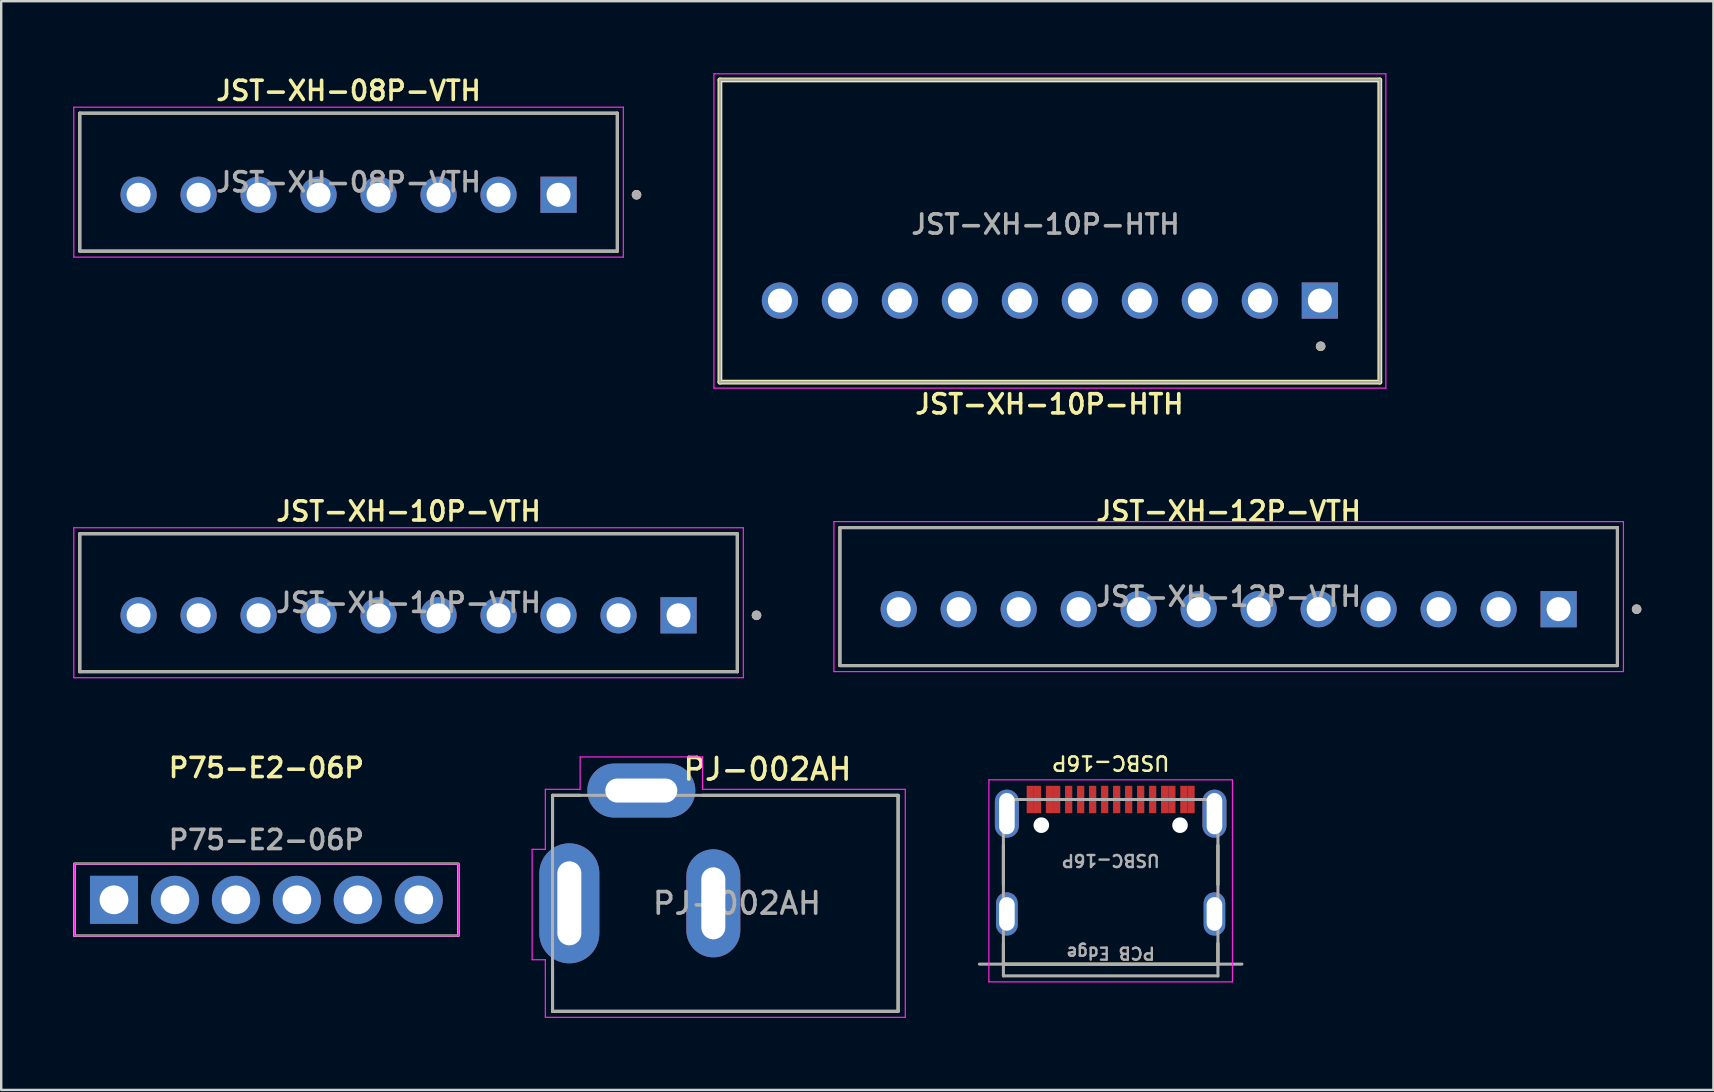
<source format=kicad_pcb>
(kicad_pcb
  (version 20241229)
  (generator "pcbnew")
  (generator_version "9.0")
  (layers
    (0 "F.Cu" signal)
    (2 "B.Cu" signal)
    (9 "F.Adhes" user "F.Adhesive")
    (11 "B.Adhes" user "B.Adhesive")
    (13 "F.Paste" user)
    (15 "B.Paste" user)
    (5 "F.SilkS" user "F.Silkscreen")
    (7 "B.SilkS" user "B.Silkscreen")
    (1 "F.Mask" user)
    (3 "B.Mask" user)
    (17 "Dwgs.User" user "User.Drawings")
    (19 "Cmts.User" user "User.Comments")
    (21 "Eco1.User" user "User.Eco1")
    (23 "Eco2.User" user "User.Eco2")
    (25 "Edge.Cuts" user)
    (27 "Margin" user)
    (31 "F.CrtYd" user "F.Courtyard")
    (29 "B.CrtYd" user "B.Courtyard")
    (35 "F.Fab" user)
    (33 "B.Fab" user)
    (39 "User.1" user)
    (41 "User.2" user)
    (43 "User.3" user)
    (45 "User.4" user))
  (footprint "P75-E2-06P"
    (layer "F.Cu")
    (at 8.05 34.447)
    (property "Reference" "P75-E2-06P" (at 0 -5.5 0) (unlocked yes) (layer "F.SilkS") (effects (font (size 0.8 0.8) (thickness 0.15))))
    (attr through_hole)
    (fp_rect (start -8 -1.5) (end 8 1.5) (stroke (width 0.1) (type default)) (fill no) (layer "F.SilkS"))
    (fp_rect (start -8 -1.5) (end 8 1.5) (stroke (width 0.05) (type default)) (fill no) (layer "F.CrtYd"))
    (fp_rect (start -8 -1.5) (end 8 1.5) (stroke (width 0.1) (type default)) (fill no) (layer "F.Fab"))
    (fp_text user "${REFERENCE}" (at 0 -2.5 0) (unlocked yes) (layer "F.Fab") (effects (font (size 0.8 0.8) (thickness 0.15))))
    (pad "1" thru_hole rect (at -6.35 0) (size 2 2) (drill 1.2) (layers "*.Cu" "*.Mask"))
    (pad "2" thru_hole circle (at -3.81 0) (size 2 2) (drill 1.2) (layers "*.Cu" "*.Mask"))
    (pad "3" thru_hole circle (at -1.27 0) (size 2 2) (drill 1.2) (layers "*.Cu" "*.Mask"))
    (pad "4" thru_hole circle (at 1.27 0) (size 2 2) (drill 1.2) (layers "*.Cu" "*.Mask"))
    (pad "5" thru_hole circle (at 3.81 0) (size 2 2) (drill 1.2) (layers "*.Cu" "*.Mask"))
    (pad "6" thru_hole circle (at 6.35 0) (size 2 2) (drill 1.2) (layers "*.Cu" "*.Mask")))
  (footprint "PJ-002AH"
    (layer "F.Cu")
    (at 20.675 34.593)
    (property "Reference" "PJ-002AH" (at 8.255 -5.588 0) (layer "F.SilkS") (effects (font (size 0.9 0.9) (thickness 0.15))))
    (attr through_hole)
    (fp_line (start -0.7 -4.5) (end 0.45 -4.5) (stroke (width 0.127) (type solid)) (layer "F.SilkS"))
    (fp_line (start -0.7 -2.55) (end -0.7 -4.5) (stroke (width 0.127) (type solid)) (layer "F.SilkS"))
    (fp_line (start -0.7 4.5) (end -0.7 2.65) (stroke (width 0.127) (type solid)) (layer "F.SilkS"))
    (fp_line (start 5.55 -4.5) (end 13.7 -4.5) (stroke (width 0.127) (type solid)) (layer "F.SilkS"))
    (fp_line (start 13.7 -4.5) (end 13.7 4.5) (stroke (width 0.127) (type solid)) (layer "F.SilkS"))
    (fp_line (start 13.7 4.5) (end -0.7 4.5) (stroke (width 0.127) (type solid)) (layer "F.SilkS"))
    (fp_line (start -1.55 -2.25) (end -1.55 2.35) (stroke (width 0.05) (type solid)) (layer "F.CrtYd"))
    (fp_line (start -1.55 2.35) (end -1 2.35) (stroke (width 0.05) (type solid)) (layer "F.CrtYd"))
    (fp_line (start -1 -4.75) (end 0.45 -4.75) (stroke (width 0.05) (type solid)) (layer "F.CrtYd"))
    (fp_line (start -1 -2.25) (end -1.55 -2.25) (stroke (width 0.05) (type solid)) (layer "F.CrtYd"))
    (fp_line (start -1 -2.25) (end -1 -4.75) (stroke (width 0.05) (type solid)) (layer "F.CrtYd"))
    (fp_line (start -1 4.75) (end -1 2.35) (stroke (width 0.05) (type solid)) (layer "F.CrtYd"))
    (fp_line (start 0.45 -6.1) (end 5.55 -6.1) (stroke (width 0.05) (type solid)) (layer "F.CrtYd"))
    (fp_line (start 0.45 -4.75) (end 0.45 -6.1) (stroke (width 0.05) (type solid)) (layer "F.CrtYd"))
    (fp_line (start 5.55 -6.1) (end 5.55 -4.75) (stroke (width 0.05) (type solid)) (layer "F.CrtYd"))
    (fp_line (start 5.55 -4.75) (end 14 -4.75) (stroke (width 0.05) (type solid)) (layer "F.CrtYd"))
    (fp_line (start 14 -4.75) (end 14 4.75) (stroke (width 0.05) (type solid)) (layer "F.CrtYd"))
    (fp_line (start 14 4.75) (end -1 4.75) (stroke (width 0.05) (type solid)) (layer "F.CrtYd"))
    (fp_line (start -0.7 -4.5) (end 13.7 -4.5) (stroke (width 0.127) (type solid)) (layer "F.Fab"))
    (fp_line (start -0.7 4.5) (end -0.7 -4.5) (stroke (width 0.127) (type solid)) (layer "F.Fab"))
    (fp_line (start 13.7 -4.5) (end 13.7 4.5) (stroke (width 0.127) (type solid)) (layer "F.Fab"))
    (fp_line (start 13.7 4.5) (end -0.7 4.5) (stroke (width 0.127) (type solid)) (layer "F.Fab"))
    (fp_text user "${REFERENCE}" (at 6.985 0 0) (unlocked yes) (layer "F.Fab") (effects (font (size 0.9 0.9) (thickness 0.15) (bold yes))))
    (pad "1" thru_hole oval (at 0 0) (size 2.5 5) (drill oval 1 3.5) (layers "*.Cu" "*.Mask"))
    (pad "2" thru_hole oval (at 6 0) (size 2.25 4.5) (drill oval 1 3) (layers "*.Cu" "*.Mask"))
    (pad "3" thru_hole oval (at 3 -4.7) (size 4.5 2.25) (drill oval 3 1) (layers "*.Cu" "*.Mask")))
  (footprint "JST-XH-08P-VTH"
    (layer "F.Cu")
    (at 11.475 4.541)
    (property "Reference" "JST-XH-08P-VTH" (at 0 -3.81 0) (layer "F.SilkS") (effects (font (size 0.8 0.8) (thickness 0.15))))
    (attr through_hole)
    (fp_line (start -11.2 -2.875) (end 11.2 -2.875) (stroke (width 0.127) (type solid)) (layer "F.SilkS"))
    (fp_line (start -11.2 2.875) (end -11.2 -2.875) (stroke (width 0.127) (type solid)) (layer "F.SilkS"))
    (fp_line (start 11.2 -2.875) (end 11.2 2.875) (stroke (width 0.127) (type solid)) (layer "F.SilkS"))
    (fp_line (start 11.2 2.875) (end -11.2 2.875) (stroke (width 0.127) (type solid)) (layer "F.SilkS"))
    (fp_circle (center 12 0.525) (end 12.1 0.525) (stroke (width 0.2) (type solid)) (fill no) (layer "F.SilkS"))
    (fp_line (start -11.45 -3.125) (end 11.45 -3.125) (stroke (width 0.05) (type solid)) (layer "F.CrtYd"))
    (fp_line (start -11.45 3.125) (end -11.45 -3.125) (stroke (width 0.05) (type solid)) (layer "F.CrtYd"))
    (fp_line (start 11.45 -3.125) (end 11.45 3.125) (stroke (width 0.05) (type solid)) (layer "F.CrtYd"))
    (fp_line (start 11.45 3.125) (end -11.45 3.125) (stroke (width 0.05) (type solid)) (layer "F.CrtYd"))
    (fp_line (start -11.2 -2.875) (end 11.2 -2.875) (stroke (width 0.127) (type solid)) (layer "F.Fab"))
    (fp_line (start -11.2 2.875) (end -11.2 -2.875) (stroke (width 0.127) (type solid)) (layer "F.Fab"))
    (fp_line (start 11.2 -2.875) (end 11.2 2.875) (stroke (width 0.127) (type solid)) (layer "F.Fab"))
    (fp_line (start 11.2 2.875) (end -11.2 2.875) (stroke (width 0.127) (type solid)) (layer "F.Fab"))
    (fp_circle (center 12 0.525) (end 12.1 0.525) (stroke (width 0.2) (type solid)) (fill no) (layer "F.Fab"))
    (fp_text user "${REFERENCE}" (at 0 0 0) (layer "F.Fab") (effects (font (size 0.8 0.8) (thickness 0.15) (bold yes))))
    (pad "1" thru_hole rect (at 8.75 0.525) (size 1.508 1.508) (drill 1) (layers "*.Cu" "*.Mask"))
    (pad "2" thru_hole circle (at 6.25 0.525) (size 1.508 1.508) (drill 1) (layers "*.Cu" "*.Mask"))
    (pad "3" thru_hole circle (at 3.75 0.525) (size 1.508 1.508) (drill 1) (layers "*.Cu" "*.Mask"))
    (pad "4" thru_hole circle (at 1.25 0.525) (size 1.508 1.508) (drill 1) (layers "*.Cu" "*.Mask"))
    (pad "5" thru_hole circle (at -1.25 0.525) (size 1.508 1.508) (drill 1) (layers "*.Cu" "*.Mask"))
    (pad "6" thru_hole circle (at -3.75 0.525) (size 1.508 1.508) (drill 1) (layers "*.Cu" "*.Mask"))
    (pad "7" thru_hole circle (at -6.25 0.525) (size 1.508 1.508) (drill 1) (layers "*.Cu" "*.Mask"))
    (pad "8" thru_hole circle (at -8.75 0.525) (size 1.508 1.508) (drill 1) (layers "*.Cu" "*.Mask")))
  (footprint "JST-XH-10P-HTH"
    (layer "F.Cu")
    (at 40.68 9.475)
    (property "Reference" "JST-XH-10P-HTH" (at 0 4.318 180) (layer "F.SilkS") (effects (font (size 0.8 0.8) (thickness 0.15))))
    (attr through_hole)
    (fp_line (start -13.73 -9.195) (end -13.73 3.4) (stroke (width 0.2) (type solid)) (layer "F.SilkS"))
    (fp_line (start -13.73 3.4) (end 13.77 3.4) (stroke (width 0.2) (type solid)) (layer "F.SilkS"))
    (fp_line (start 13.767 -9.195) (end -13.73 -9.195) (stroke (width 0.2) (type solid)) (layer "F.SilkS"))
    (fp_line (start 13.77 3.4) (end 13.767 -9.195) (stroke (width 0.2) (type solid)) (layer "F.SilkS"))
    (fp_circle (center 11.303 1.905) (end 11.203 1.905) (stroke (width 0.2) (type solid)) (fill no) (layer "F.SilkS"))
    (fp_line (start -13.98 -9.45) (end 14.02 -9.45) (stroke (width 0.05) (type solid)) (layer "F.CrtYd"))
    (fp_line (start -13.98 3.65) (end -13.98 -9.45) (stroke (width 0.05) (type solid)) (layer "F.CrtYd"))
    (fp_line (start 14.02 -9.45) (end 14.02 3.65) (stroke (width 0.05) (type solid)) (layer "F.CrtYd"))
    (fp_line (start 14.02 3.65) (end -13.98 3.65) (stroke (width 0.05) (type solid)) (layer "F.CrtYd"))
    (fp_line (start -13.73 -9.2) (end 13.77 -9.2) (stroke (width 0.1) (type solid)) (layer "F.Fab"))
    (fp_line (start -13.73 3.4) (end -13.73 -9.2) (stroke (width 0.1) (type solid)) (layer "F.Fab"))
    (fp_line (start 13.77 -9.2) (end 13.77 3.4) (stroke (width 0.1) (type solid)) (layer "F.Fab"))
    (fp_line (start 13.77 3.4) (end -13.73 3.4) (stroke (width 0.1) (type solid)) (layer "F.Fab"))
    (fp_circle (center 11.303 1.905) (end 11.203 1.905) (stroke (width 0.2) (type solid)) (fill no) (layer "F.Fab"))
    (fp_text user "${REFERENCE}" (at -0.16 -3.175 180) (layer "F.Fab") (effects (font (size 0.8 0.8) (thickness 0.15) (bold yes))))
    (pad "1" thru_hole rect (at 11.27 0 180) (size 1.508 1.508) (drill 1) (layers "*.Cu" "*.Mask"))
    (pad "2" thru_hole circle (at 8.77 0 180) (size 1.508 1.508) (drill 1) (layers "*.Cu" "*.Mask"))
    (pad "3" thru_hole circle (at 6.27 0 180) (size 1.508 1.508) (drill 1) (layers "*.Cu" "*.Mask"))
    (pad "4" thru_hole circle (at 3.77 0 180) (size 1.508 1.508) (drill 1) (layers "*.Cu" "*.Mask"))
    (pad "5" thru_hole circle (at 1.27 0 180) (size 1.508 1.508) (drill 1) (layers "*.Cu" "*.Mask"))
    (pad "6" thru_hole circle (at -1.23 0 180) (size 1.508 1.508) (drill 1) (layers "*.Cu" "*.Mask"))
    (pad "7" thru_hole circle (at -3.73 0 180) (size 1.508 1.508) (drill 1) (layers "*.Cu" "*.Mask"))
    (pad "8" thru_hole circle (at -6.23 0 180) (size 1.508 1.508) (drill 1) (layers "*.Cu" "*.Mask"))
    (pad "9" thru_hole circle (at -8.73 0 180) (size 1.508 1.508) (drill 1) (layers "*.Cu" "*.Mask"))
    (pad "10" thru_hole circle (at -11.23 0 180) (size 1.508 1.508) (drill 1) (layers "*.Cu" "*.Mask")))
  (footprint "JST-XH-12P-VTH"
    (layer "F.Cu")
    (at 48.15 21.811)
    (property "Reference" "JST-XH-12P-VTH" (at 0 -3.556 0) (layer "F.SilkS") (effects (font (size 0.8 0.8) (thickness 0.15))))
    (attr through_hole)
    (fp_line (start -16.2 -2.875) (end 16.2 -2.875) (stroke (width 0.127) (type solid)) (layer "F.SilkS"))
    (fp_line (start -16.2 2.875) (end -16.2 -2.875) (stroke (width 0.127) (type solid)) (layer "F.SilkS"))
    (fp_line (start 16.2 -2.875) (end 16.2 2.875) (stroke (width 0.127) (type solid)) (layer "F.SilkS"))
    (fp_line (start 16.2 2.875) (end -16.2 2.875) (stroke (width 0.127) (type solid)) (layer "F.SilkS"))
    (fp_circle (center 17 0.525) (end 17.1 0.525) (stroke (width 0.2) (type solid)) (fill no) (layer "F.SilkS"))
    (fp_line (start -16.45 -3.125) (end 16.45 -3.125) (stroke (width 0.05) (type solid)) (layer "F.CrtYd"))
    (fp_line (start -16.45 3.125) (end -16.45 -3.125) (stroke (width 0.05) (type solid)) (layer "F.CrtYd"))
    (fp_line (start 16.45 -3.125) (end 16.45 3.125) (stroke (width 0.05) (type solid)) (layer "F.CrtYd"))
    (fp_line (start 16.45 3.125) (end -16.45 3.125) (stroke (width 0.05) (type solid)) (layer "F.CrtYd"))
    (fp_line (start -16.2 -2.875) (end 16.2 -2.875) (stroke (width 0.127) (type solid)) (layer "F.Fab"))
    (fp_line (start -16.2 2.875) (end -16.2 -2.875) (stroke (width 0.127) (type solid)) (layer "F.Fab"))
    (fp_line (start 16.2 -2.875) (end 16.2 2.875) (stroke (width 0.127) (type solid)) (layer "F.Fab"))
    (fp_line (start 16.2 2.875) (end -16.2 2.875) (stroke (width 0.127) (type solid)) (layer "F.Fab"))
    (fp_circle (center 17 0.525) (end 17.1 0.525) (stroke (width 0.2) (type solid)) (fill no) (layer "F.Fab"))
    (fp_text user "${REFERENCE}" (at 0 0 0) (layer "F.Fab") (effects (font (size 0.8 0.8) (thickness 0.15) (bold yes))))
    (pad "1" thru_hole rect (at 13.75 0.525) (size 1.508 1.508) (drill 1) (layers "*.Cu" "*.Mask"))
    (pad "2" thru_hole circle (at 11.25 0.525) (size 1.508 1.508) (drill 1) (layers "*.Cu" "*.Mask"))
    (pad "3" thru_hole circle (at 8.75 0.525) (size 1.508 1.508) (drill 1) (layers "*.Cu" "*.Mask"))
    (pad "4" thru_hole circle (at 6.25 0.525) (size 1.508 1.508) (drill 1) (layers "*.Cu" "*.Mask"))
    (pad "5" thru_hole circle (at 3.75 0.525) (size 1.508 1.508) (drill 1) (layers "*.Cu" "*.Mask"))
    (pad "6" thru_hole circle (at 1.25 0.525) (size 1.508 1.508) (drill 1) (layers "*.Cu" "*.Mask"))
    (pad "7" thru_hole circle (at -1.25 0.525) (size 1.508 1.508) (drill 1) (layers "*.Cu" "*.Mask"))
    (pad "8" thru_hole circle (at -3.75 0.525) (size 1.508 1.508) (drill 1) (layers "*.Cu" "*.Mask"))
    (pad "9" thru_hole circle (at -6.25 0.525) (size 1.508 1.508) (drill 1) (layers "*.Cu" "*.Mask"))
    (pad "10" thru_hole circle (at -8.75 0.525) (size 1.508 1.508) (drill 1) (layers "*.Cu" "*.Mask"))
    (pad "11" thru_hole circle (at -11.25 0.525) (size 1.508 1.508) (drill 1) (layers "*.Cu" "*.Mask"))
    (pad "12" thru_hole circle (at -13.75 0.525) (size 1.508 1.508) (drill 1) (layers "*.Cu" "*.Mask")))
  (footprint "USBC-16P"
    (layer "F.Cu")
    (at 43.233 30.266)
    (property "Reference" "USBC-16P" (at 0 -1.524 180) (unlocked yes) (layer "F.SilkS") (effects (font (size 0.6 0.6) (thickness 0.1) (bold yes))))
    (attr smd)
    (fp_line (start -4.47 1.91) (end -4.47 3.55) (stroke (width 0.127) (type solid)) (layer "F.SilkS"))
    (fp_line (start -4.47 6.86) (end -4.47 6) (stroke (width 0.127) (type solid)) (layer "F.SilkS"))
    (fp_line (start -4.47 6.86) (end 4.47 6.86) (stroke (width 0.127) (type solid)) (layer "F.SilkS"))
    (fp_line (start 4.47 1.91) (end 4.47 3.55) (stroke (width 0.127) (type solid)) (layer "F.SilkS"))
    (fp_line (start 4.47 6.86) (end 4.47 6) (stroke (width 0.127) (type solid)) (layer "F.SilkS"))
    (fp_line (start -5.075 -0.82) (end -5.075 7.6) (stroke (width 0.05) (type solid)) (layer "F.CrtYd"))
    (fp_line (start -5.075 7.6) (end 5.075 7.6) (stroke (width 0.05) (type solid)) (layer "F.CrtYd"))
    (fp_line (start 5.075 -0.82) (end -5.075 -0.82) (stroke (width 0.05) (type solid)) (layer "F.CrtYd"))
    (fp_line (start 5.075 7.6) (end 5.075 -0.82) (stroke (width 0.05) (type solid)) (layer "F.CrtYd"))
    (fp_line (start -5.47 6.86) (end 5.47 6.86) (stroke (width 0.127) (type solid)) (layer "F.Fab"))
    (fp_line (start -4.47 0) (end -4.47 7.35) (stroke (width 0.127) (type solid)) (layer "F.Fab"))
    (fp_line (start -4.47 7.35) (end 4.47 7.35) (stroke (width 0.127) (type solid)) (layer "F.Fab"))
    (fp_line (start 4.47 0) (end -4.47 0) (stroke (width 0.127) (type solid)) (layer "F.Fab"))
    (fp_line (start 4.47 7.35) (end 4.47 0) (stroke (width 0.127) (type solid)) (layer "F.Fab"))
    (fp_text user "${REFERENCE}" (at 0 2.54 180) (unlocked yes) (layer "F.Fab") (effects (font (size 0.5 0.5) (thickness 0.1) (bold yes))))
    (fp_text user "PCB Edge" (at 0 6.4 180) (unlocked yes) (layer "F.Fab") (effects (font (size 0.5 0.5) (thickness 0.1) (bold yes))))
    (pad "" np_thru_hole circle (at -2.89 1.07) (size 0.65 0.65) (drill 0.65) (layers "*.Cu" "*.Mask"))
    (pad "" np_thru_hole circle (at 2.89 1.07) (size 0.65 0.65) (drill 0.65) (layers "*.Cu" "*.Mask"))
    (pad "A1" smd rect (at -3.35 0) (size 0.3 1.14) (layers "F.Cu" "F.Mask" "F.Paste"))
    (pad "A4" smd rect (at -2.55 0) (size 0.3 1.14) (layers "F.Cu" "F.Mask" "F.Paste"))
    (pad "A5" smd rect (at -1.25 0) (size 0.3 1.14) (layers "F.Cu" "F.Mask" "F.Paste"))
    (pad "A6" smd rect (at -0.25 0) (size 0.3 1.14) (layers "F.Cu" "F.Mask" "F.Paste"))
    (pad "A7" smd rect (at 0.25 0) (size 0.3 1.14) (layers "F.Cu" "F.Mask" "F.Paste"))
    (pad "A8" smd rect (at 1.25 0) (size 0.3 1.14) (layers "F.Cu" "F.Mask" "F.Paste"))
    (pad "A9" smd rect (at 2.55 0) (size 0.3 1.14) (layers "F.Cu" "F.Mask" "F.Paste"))
    (pad "A12" smd rect (at 3.35 0) (size 0.3 1.14) (layers "F.Cu" "F.Mask" "F.Paste"))
    (pad "B1" smd rect (at 3.05 0) (size 0.3 1.14) (layers "F.Cu" "F.Mask" "F.Paste"))
    (pad "B4" smd rect (at 2.25 0) (size 0.3 1.14) (layers "F.Cu" "F.Mask" "F.Paste"))
    (pad "B5" smd rect (at 1.75 0) (size 0.3 1.14) (layers "F.Cu" "F.Mask" "F.Paste"))
    (pad "B6" smd rect (at 0.75 0) (size 0.3 1.14) (layers "F.Cu" "F.Mask" "F.Paste"))
    (pad "B7" smd rect (at -0.75 0) (size 0.3 1.14) (layers "F.Cu" "F.Mask" "F.Paste"))
    (pad "B8" smd rect (at -1.75 0) (size 0.3 1.14) (layers "F.Cu" "F.Mask" "F.Paste"))
    (pad "B9" smd rect (at -2.25 0) (size 0.3 1.14) (layers "F.Cu" "F.Mask" "F.Paste"))
    (pad "B12" smd rect (at -3.05 0) (size 0.3 1.14) (layers "F.Cu" "F.Mask" "F.Paste"))
    (pad "S1" thru_hole oval (at -4.325 0.59) (size 1 2) (drill oval 0.65 1.72) (layers "*.Cu" "*.Mask"))
    (pad "S2" thru_hole oval (at 4.325 0.59) (size 1 2) (drill oval 0.65 1.72) (layers "*.Cu" "*.Mask"))
    (pad "S3" thru_hole oval (at -4.325 4.77) (size 0.9 1.8) (drill oval 0.65 1.4) (layers "*.Cu" "*.Mask"))
    (pad "S4" thru_hole oval (at 4.325 4.77) (size 0.9 1.8) (drill oval 0.65 1.4) (layers "*.Cu" "*.Mask")))
  (footprint "JST-XH-10P-VTH"
    (layer "F.Cu")
    (at 13.975 22.066)
    (property "Reference" "JST-XH-10P-VTH" (at 0 -3.81 0) (layer "F.SilkS") (effects (font (size 0.8 0.8) (thickness 0.15))))
    (attr through_hole)
    (fp_line (start -13.7 -2.875) (end 13.7 -2.875) (stroke (width 0.127) (type solid)) (layer "F.SilkS"))
    (fp_line (start -13.7 2.875) (end -13.7 -2.875) (stroke (width 0.127) (type solid)) (layer "F.SilkS"))
    (fp_line (start 13.7 -2.875) (end 13.7 2.875) (stroke (width 0.127) (type solid)) (layer "F.SilkS"))
    (fp_line (start 13.7 2.875) (end -13.7 2.875) (stroke (width 0.127) (type solid)) (layer "F.SilkS"))
    (fp_circle (center 14.5 0.525) (end 14.6 0.525) (stroke (width 0.2) (type solid)) (fill no) (layer "F.SilkS"))
    (fp_line (start -13.95 -3.125) (end 13.95 -3.125) (stroke (width 0.05) (type solid)) (layer "F.CrtYd"))
    (fp_line (start -13.95 3.125) (end -13.95 -3.125) (stroke (width 0.05) (type solid)) (layer "F.CrtYd"))
    (fp_line (start 13.95 -3.125) (end 13.95 3.125) (stroke (width 0.05) (type solid)) (layer "F.CrtYd"))
    (fp_line (start 13.95 3.125) (end -13.95 3.125) (stroke (width 0.05) (type solid)) (layer "F.CrtYd"))
    (fp_line (start -13.7 -2.875) (end 13.7 -2.875) (stroke (width 0.127) (type solid)) (layer "F.Fab"))
    (fp_line (start -13.7 2.875) (end -13.7 -2.875) (stroke (width 0.127) (type solid)) (layer "F.Fab"))
    (fp_line (start 13.7 -2.875) (end 13.7 2.875) (stroke (width 0.127) (type solid)) (layer "F.Fab"))
    (fp_line (start 13.7 2.875) (end -13.7 2.875) (stroke (width 0.127) (type solid)) (layer "F.Fab"))
    (fp_circle (center 14.5 0.525) (end 14.6 0.525) (stroke (width 0.2) (type solid)) (fill no) (layer "F.Fab"))
    (fp_text user "${REFERENCE}" (at 0 0 0) (layer "F.Fab") (effects (font (size 0.8 0.8) (thickness 0.15) (bold yes))))
    (pad "1" thru_hole rect (at 11.25 0.525) (size 1.508 1.508) (drill 1) (layers "*.Cu" "*.Mask"))
    (pad "2" thru_hole circle (at 8.75 0.525) (size 1.508 1.508) (drill 1) (layers "*.Cu" "*.Mask"))
    (pad "3" thru_hole circle (at 6.25 0.525) (size 1.508 1.508) (drill 1) (layers "*.Cu" "*.Mask"))
    (pad "4" thru_hole circle (at 3.75 0.525) (size 1.508 1.508) (drill 1) (layers "*.Cu" "*.Mask"))
    (pad "5" thru_hole circle (at 1.25 0.525) (size 1.508 1.508) (drill 1) (layers "*.Cu" "*.Mask"))
    (pad "6" thru_hole circle (at -1.25 0.525) (size 1.508 1.508) (drill 1) (layers "*.Cu" "*.Mask"))
    (pad "7" thru_hole circle (at -3.75 0.525) (size 1.508 1.508) (drill 1) (layers "*.Cu" "*.Mask"))
    (pad "8" thru_hole circle (at -6.25 0.525) (size 1.508 1.508) (drill 1) (layers "*.Cu" "*.Mask"))
    (pad "9" thru_hole circle (at -8.75 0.525) (size 1.508 1.508) (drill 1) (layers "*.Cu" "*.Mask"))
    (pad "10" thru_hole circle (at -11.25 0.525) (size 1.508 1.508) (drill 1) (layers "*.Cu" "*.Mask")))
  (gr_rect
    (start -3 -3)
    (end 68.35 42.368)
    (stroke (width 0.1) (type default))
    (fill no)
    (layer "Edge.Cuts")))
</source>
